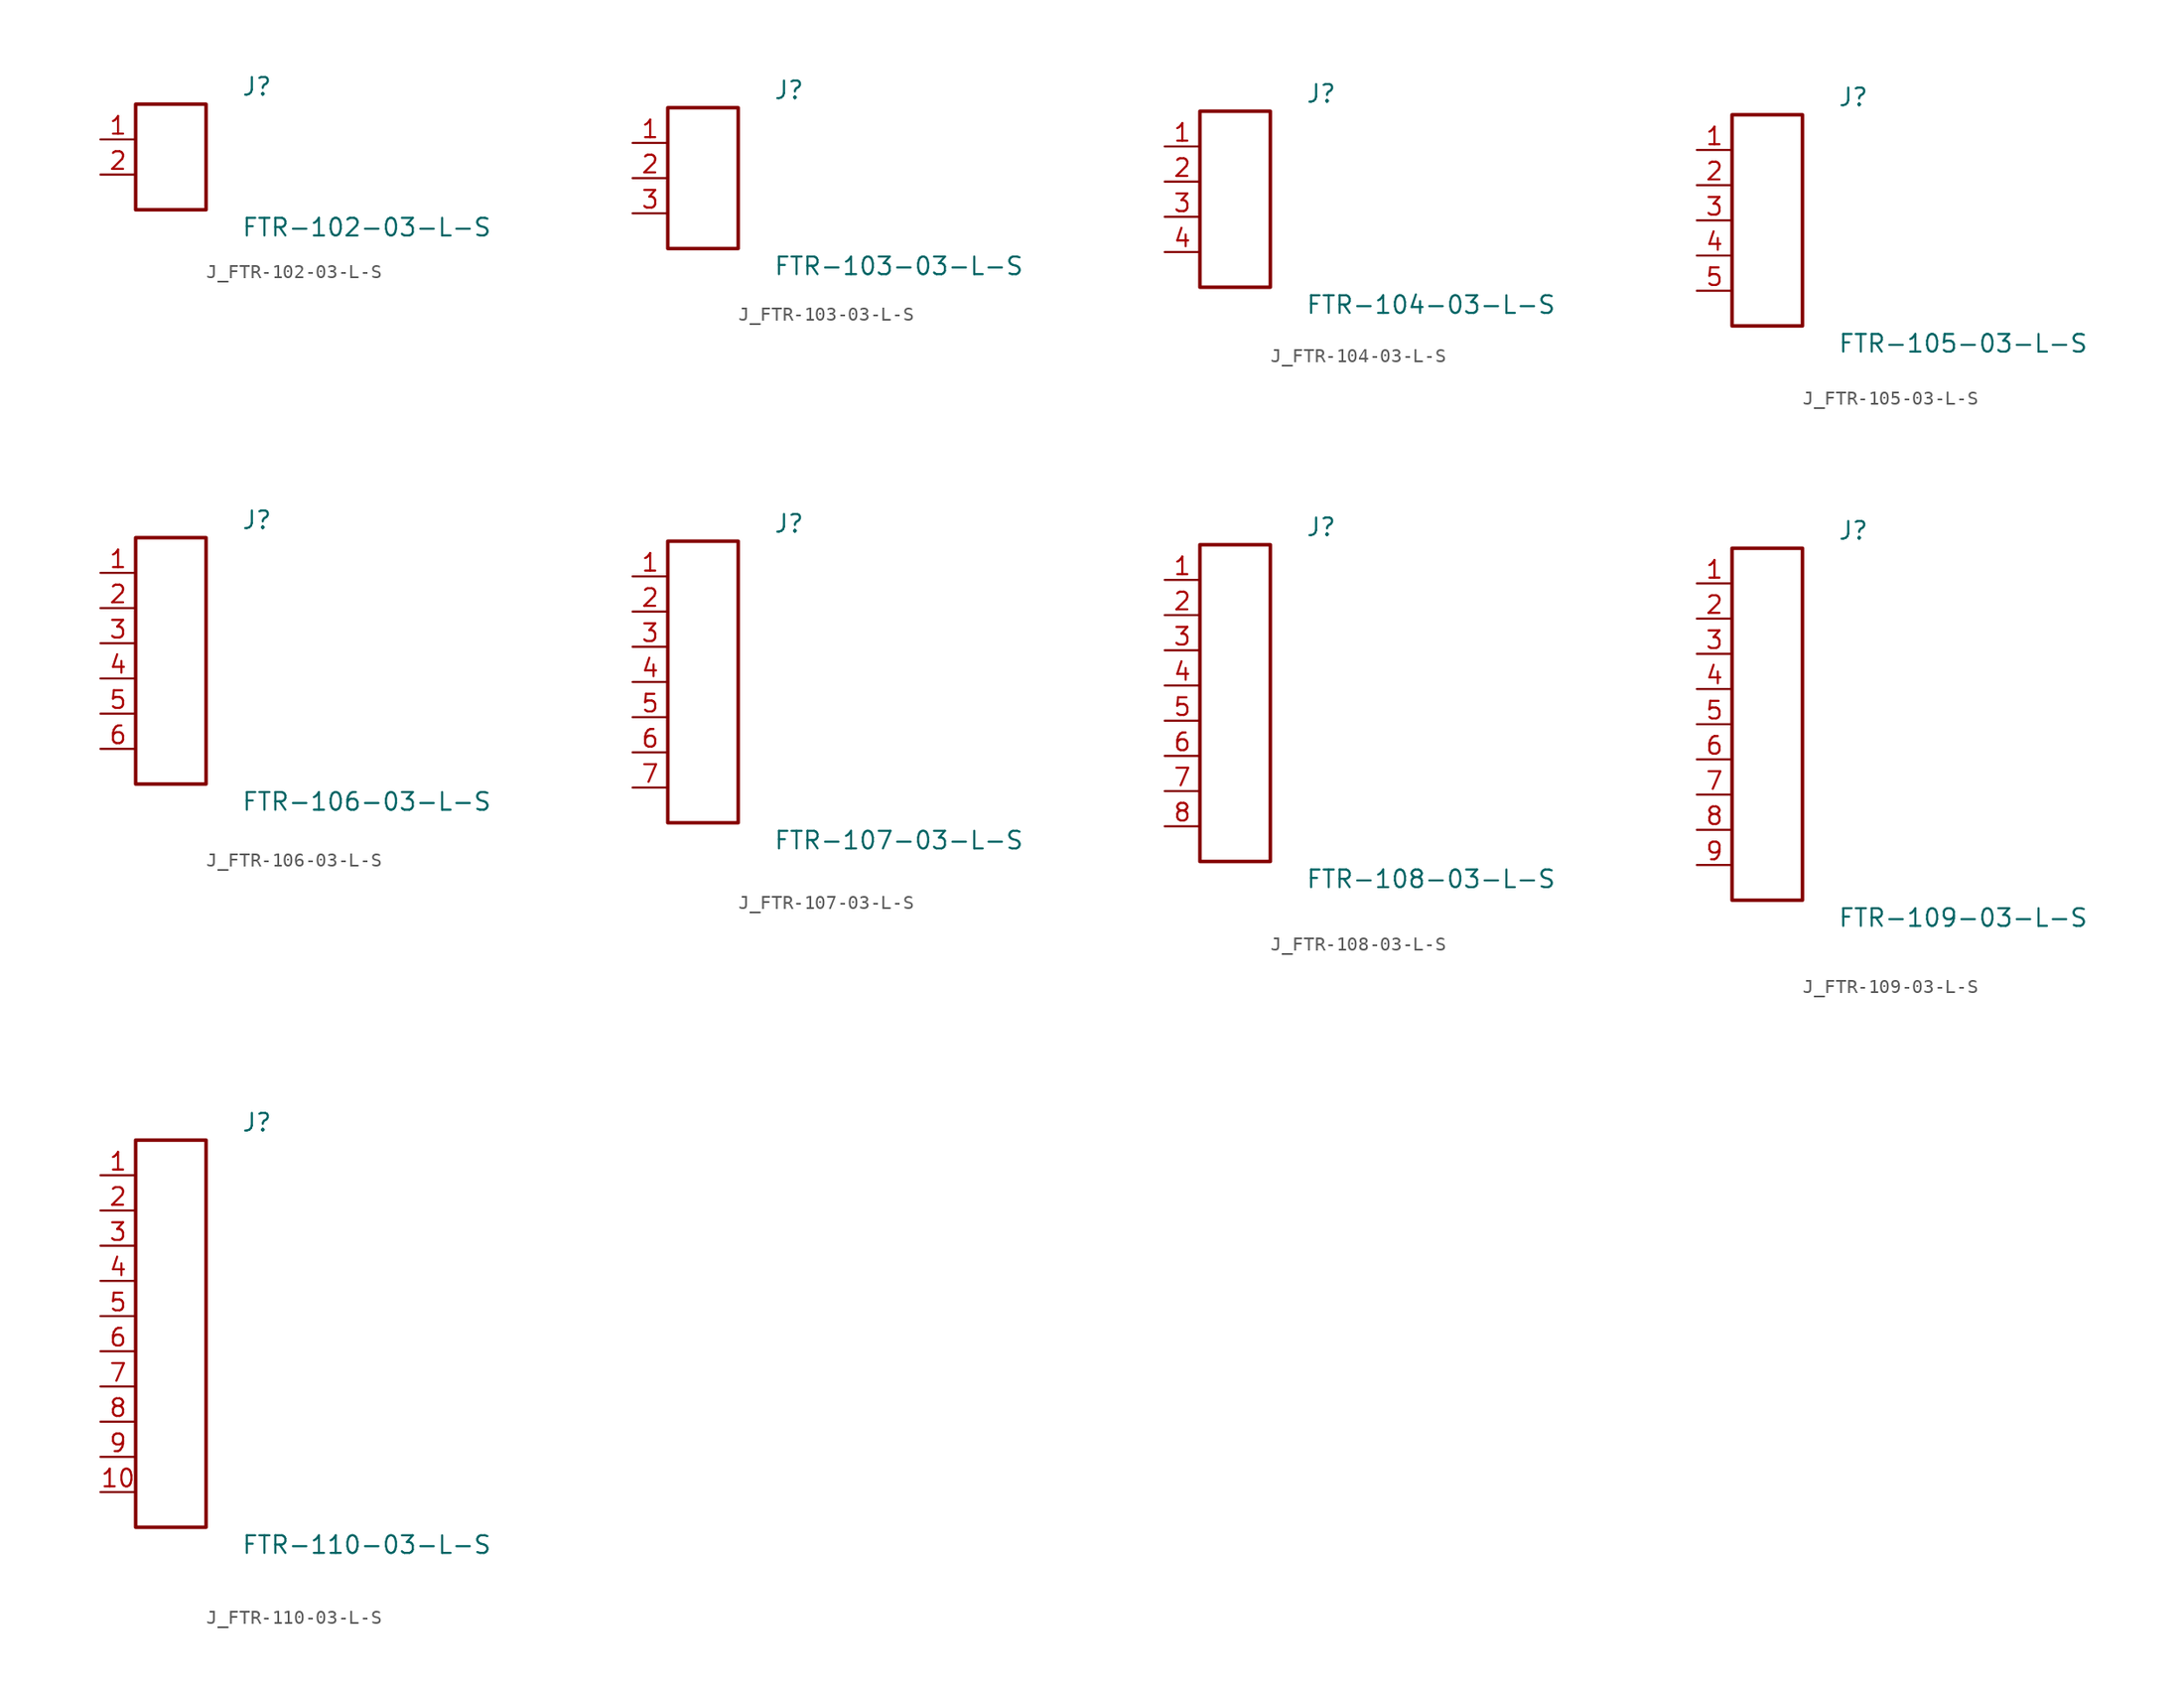
<source format=kicad_sym>
(kicad_symbol_lib
  (version 20231120)
  (generator kicad_symbol_editor)
  (generator_version 8.0)
  (symbol "J_FTR-102-03-L-S"
    (pin_names
      (offset 0.254))
    (property "Reference" "J"
      (at 5.08 5.08 0)
      (effects (font (size 1.27 1.27)) (justify left)))
    (property "Value" "FTR-102-03-L-S"
      (at 5.08 -5.08 0)
      (effects (font (size 1.27 1.27)) (justify left)))
    (symbol "J_FTR-102-03-L-S_0_0"
      (pin unspecified line (at -5.08 1.27 0) (length 2.54) (name "" (effects (font (size 1.27 1.27)))) (number "1" (effects (font (size 1.27 1.27)))))
      (pin unspecified line (at -5.08 -1.27 0) (length 2.54) (name "" (effects (font (size 1.27 1.27)))) (number "2" (effects (font (size 1.27 1.27))))))
    (symbol "J_FTR-102-03-L-S_1_0"
      (rectangle (start -2.54 3.81) (end 2.54 -3.81) (stroke (width 0.254) (type solid)) (fill (type none)))))
  (symbol "J_FTR-103-03-L-S"
    (pin_names
      (offset 0.254))
    (property "Reference" "J"
      (at 5.08 6.35 0)
      (effects (font (size 1.27 1.27)) (justify left)))
    (property "Value" "FTR-103-03-L-S"
      (at 5.08 -6.35 0)
      (effects (font (size 1.27 1.27)) (justify left)))
    (symbol "J_FTR-103-03-L-S_0_0"
      (pin unspecified line (at -5.08 2.54 0) (length 2.54) (name "" (effects (font (size 1.27 1.27)))) (number "1" (effects (font (size 1.27 1.27)))))
      (pin unspecified line (at -5.08 0.0 0) (length 2.54) (name "" (effects (font (size 1.27 1.27)))) (number "2" (effects (font (size 1.27 1.27)))))
      (pin unspecified line (at -5.08 -2.54 0) (length 2.54) (name "" (effects (font (size 1.27 1.27)))) (number "3" (effects (font (size 1.27 1.27))))))
    (symbol "J_FTR-103-03-L-S_1_0"
      (rectangle (start -2.54 5.08) (end 2.54 -5.08) (stroke (width 0.254) (type solid)) (fill (type none)))))
  (symbol "J_FTR-104-03-L-S"
    (pin_names
      (offset 0.254))
    (property "Reference" "J"
      (at 5.08 7.62 0)
      (effects (font (size 1.27 1.27)) (justify left)))
    (property "Value" "FTR-104-03-L-S"
      (at 5.08 -7.62 0)
      (effects (font (size 1.27 1.27)) (justify left)))
    (symbol "J_FTR-104-03-L-S_0_0"
      (pin unspecified line (at -5.08 3.81 0) (length 2.54) (name "" (effects (font (size 1.27 1.27)))) (number "1" (effects (font (size 1.27 1.27)))))
      (pin unspecified line (at -5.08 1.27 0) (length 2.54) (name "" (effects (font (size 1.27 1.27)))) (number "2" (effects (font (size 1.27 1.27)))))
      (pin unspecified line (at -5.08 -1.27 0) (length 2.54) (name "" (effects (font (size 1.27 1.27)))) (number "3" (effects (font (size 1.27 1.27)))))
      (pin unspecified line (at -5.08 -3.81 0) (length 2.54) (name "" (effects (font (size 1.27 1.27)))) (number "4" (effects (font (size 1.27 1.27))))))
    (symbol "J_FTR-104-03-L-S_1_0"
      (rectangle (start -2.54 6.35) (end 2.54 -6.35) (stroke (width 0.254) (type solid)) (fill (type none)))))
  (symbol "J_FTR-105-03-L-S"
    (pin_names
      (offset 0.254))
    (property "Reference" "J"
      (at 5.08 8.89 0)
      (effects (font (size 1.27 1.27)) (justify left)))
    (property "Value" "FTR-105-03-L-S"
      (at 5.08 -8.89 0)
      (effects (font (size 1.27 1.27)) (justify left)))
    (symbol "J_FTR-105-03-L-S_0_0"
      (pin unspecified line (at -5.08 5.08 0) (length 2.54) (name "" (effects (font (size 1.27 1.27)))) (number "1" (effects (font (size 1.27 1.27)))))
      (pin unspecified line (at -5.08 2.54 0) (length 2.54) (name "" (effects (font (size 1.27 1.27)))) (number "2" (effects (font (size 1.27 1.27)))))
      (pin unspecified line (at -5.08 0.0 0) (length 2.54) (name "" (effects (font (size 1.27 1.27)))) (number "3" (effects (font (size 1.27 1.27)))))
      (pin unspecified line (at -5.08 -2.54 0) (length 2.54) (name "" (effects (font (size 1.27 1.27)))) (number "4" (effects (font (size 1.27 1.27)))))
      (pin unspecified line (at -5.08 -5.08 0) (length 2.54) (name "" (effects (font (size 1.27 1.27)))) (number "5" (effects (font (size 1.27 1.27))))))
    (symbol "J_FTR-105-03-L-S_1_0"
      (rectangle (start -2.54 7.62) (end 2.54 -7.62) (stroke (width 0.254) (type solid)) (fill (type none)))))
  (symbol "J_FTR-106-03-L-S"
    (pin_names
      (offset 0.254))
    (property "Reference" "J"
      (at 5.08 10.16 0)
      (effects (font (size 1.27 1.27)) (justify left)))
    (property "Value" "FTR-106-03-L-S"
      (at 5.08 -10.16 0)
      (effects (font (size 1.27 1.27)) (justify left)))
    (symbol "J_FTR-106-03-L-S_0_0"
      (pin unspecified line (at -5.08 6.35 0) (length 2.54) (name "" (effects (font (size 1.27 1.27)))) (number "1" (effects (font (size 1.27 1.27)))))
      (pin unspecified line (at -5.08 3.81 0) (length 2.54) (name "" (effects (font (size 1.27 1.27)))) (number "2" (effects (font (size 1.27 1.27)))))
      (pin unspecified line (at -5.08 1.27 0) (length 2.54) (name "" (effects (font (size 1.27 1.27)))) (number "3" (effects (font (size 1.27 1.27)))))
      (pin unspecified line (at -5.08 -1.27 0) (length 2.54) (name "" (effects (font (size 1.27 1.27)))) (number "4" (effects (font (size 1.27 1.27)))))
      (pin unspecified line (at -5.08 -3.81 0) (length 2.54) (name "" (effects (font (size 1.27 1.27)))) (number "5" (effects (font (size 1.27 1.27)))))
      (pin unspecified line (at -5.08 -6.35 0) (length 2.54) (name "" (effects (font (size 1.27 1.27)))) (number "6" (effects (font (size 1.27 1.27))))))
    (symbol "J_FTR-106-03-L-S_1_0"
      (rectangle (start -2.54 8.89) (end 2.54 -8.89) (stroke (width 0.254) (type solid)) (fill (type none)))))
  (symbol "J_FTR-107-03-L-S"
    (pin_names
      (offset 0.254))
    (property "Reference" "J"
      (at 5.08 11.43 0)
      (effects (font (size 1.27 1.27)) (justify left)))
    (property "Value" "FTR-107-03-L-S"
      (at 5.08 -11.43 0)
      (effects (font (size 1.27 1.27)) (justify left)))
    (symbol "J_FTR-107-03-L-S_0_0"
      (pin unspecified line (at -5.08 7.62 0) (length 2.54) (name "" (effects (font (size 1.27 1.27)))) (number "1" (effects (font (size 1.27 1.27)))))
      (pin unspecified line (at -5.08 5.08 0) (length 2.54) (name "" (effects (font (size 1.27 1.27)))) (number "2" (effects (font (size 1.27 1.27)))))
      (pin unspecified line (at -5.08 2.54 0) (length 2.54) (name "" (effects (font (size 1.27 1.27)))) (number "3" (effects (font (size 1.27 1.27)))))
      (pin unspecified line (at -5.08 0.0 0) (length 2.54) (name "" (effects (font (size 1.27 1.27)))) (number "4" (effects (font (size 1.27 1.27)))))
      (pin unspecified line (at -5.08 -2.54 0) (length 2.54) (name "" (effects (font (size 1.27 1.27)))) (number "5" (effects (font (size 1.27 1.27)))))
      (pin unspecified line (at -5.08 -5.08 0) (length 2.54) (name "" (effects (font (size 1.27 1.27)))) (number "6" (effects (font (size 1.27 1.27)))))
      (pin unspecified line (at -5.08 -7.62 0) (length 2.54) (name "" (effects (font (size 1.27 1.27)))) (number "7" (effects (font (size 1.27 1.27))))))
    (symbol "J_FTR-107-03-L-S_1_0"
      (rectangle (start -2.54 10.16) (end 2.54 -10.16) (stroke (width 0.254) (type solid)) (fill (type none)))))
  (symbol "J_FTR-108-03-L-S"
    (pin_names
      (offset 0.254))
    (property "Reference" "J"
      (at 5.08 12.7 0)
      (effects (font (size 1.27 1.27)) (justify left)))
    (property "Value" "FTR-108-03-L-S"
      (at 5.08 -12.7 0)
      (effects (font (size 1.27 1.27)) (justify left)))
    (symbol "J_FTR-108-03-L-S_0_0"
      (pin unspecified line (at -5.08 8.89 0) (length 2.54) (name "" (effects (font (size 1.27 1.27)))) (number "1" (effects (font (size 1.27 1.27)))))
      (pin unspecified line (at -5.08 6.35 0) (length 2.54) (name "" (effects (font (size 1.27 1.27)))) (number "2" (effects (font (size 1.27 1.27)))))
      (pin unspecified line (at -5.08 3.81 0) (length 2.54) (name "" (effects (font (size 1.27 1.27)))) (number "3" (effects (font (size 1.27 1.27)))))
      (pin unspecified line (at -5.08 1.27 0) (length 2.54) (name "" (effects (font (size 1.27 1.27)))) (number "4" (effects (font (size 1.27 1.27)))))
      (pin unspecified line (at -5.08 -1.27 0) (length 2.54) (name "" (effects (font (size 1.27 1.27)))) (number "5" (effects (font (size 1.27 1.27)))))
      (pin unspecified line (at -5.08 -3.81 0) (length 2.54) (name "" (effects (font (size 1.27 1.27)))) (number "6" (effects (font (size 1.27 1.27)))))
      (pin unspecified line (at -5.08 -6.35 0) (length 2.54) (name "" (effects (font (size 1.27 1.27)))) (number "7" (effects (font (size 1.27 1.27)))))
      (pin unspecified line (at -5.08 -8.89 0) (length 2.54) (name "" (effects (font (size 1.27 1.27)))) (number "8" (effects (font (size 1.27 1.27))))))
    (symbol "J_FTR-108-03-L-S_1_0"
      (rectangle (start -2.54 11.43) (end 2.54 -11.43) (stroke (width 0.254) (type solid)) (fill (type none)))))
  (symbol "J_FTR-109-03-L-S"
    (pin_names
      (offset 0.254))
    (property "Reference" "J"
      (at 5.08 13.97 0)
      (effects (font (size 1.27 1.27)) (justify left)))
    (property "Value" "FTR-109-03-L-S"
      (at 5.08 -13.97 0)
      (effects (font (size 1.27 1.27)) (justify left)))
    (symbol "J_FTR-109-03-L-S_0_0"
      (pin unspecified line (at -5.08 10.16 0) (length 2.54) (name "" (effects (font (size 1.27 1.27)))) (number "1" (effects (font (size 1.27 1.27)))))
      (pin unspecified line (at -5.08 7.62 0) (length 2.54) (name "" (effects (font (size 1.27 1.27)))) (number "2" (effects (font (size 1.27 1.27)))))
      (pin unspecified line (at -5.08 5.08 0) (length 2.54) (name "" (effects (font (size 1.27 1.27)))) (number "3" (effects (font (size 1.27 1.27)))))
      (pin unspecified line (at -5.08 2.54 0) (length 2.54) (name "" (effects (font (size 1.27 1.27)))) (number "4" (effects (font (size 1.27 1.27)))))
      (pin unspecified line (at -5.08 0.0 0) (length 2.54) (name "" (effects (font (size 1.27 1.27)))) (number "5" (effects (font (size 1.27 1.27)))))
      (pin unspecified line (at -5.08 -2.54 0) (length 2.54) (name "" (effects (font (size 1.27 1.27)))) (number "6" (effects (font (size 1.27 1.27)))))
      (pin unspecified line (at -5.08 -5.08 0) (length 2.54) (name "" (effects (font (size 1.27 1.27)))) (number "7" (effects (font (size 1.27 1.27)))))
      (pin unspecified line (at -5.08 -7.62 0) (length 2.54) (name "" (effects (font (size 1.27 1.27)))) (number "8" (effects (font (size 1.27 1.27)))))
      (pin unspecified line (at -5.08 -10.16 0) (length 2.54) (name "" (effects (font (size 1.27 1.27)))) (number "9" (effects (font (size 1.27 1.27))))))
    (symbol "J_FTR-109-03-L-S_1_0"
      (rectangle (start -2.54 12.7) (end 2.54 -12.7) (stroke (width 0.254) (type solid)) (fill (type none)))))
  (symbol "J_FTR-110-03-L-S"
    (pin_names
      (offset 0.254))
    (property "Reference" "J"
      (at 5.08 15.24 0)
      (effects (font (size 1.27 1.27)) (justify left)))
    (property "Value" "FTR-110-03-L-S"
      (at 5.08 -15.24 0)
      (effects (font (size 1.27 1.27)) (justify left)))
    (symbol "J_FTR-110-03-L-S_0_0"
      (pin unspecified line (at -5.08 11.43 0) (length 2.54) (name "" (effects (font (size 1.27 1.27)))) (number "1" (effects (font (size 1.27 1.27)))))
      (pin unspecified line (at -5.08 8.89 0) (length 2.54) (name "" (effects (font (size 1.27 1.27)))) (number "2" (effects (font (size 1.27 1.27)))))
      (pin unspecified line (at -5.08 6.35 0) (length 2.54) (name "" (effects (font (size 1.27 1.27)))) (number "3" (effects (font (size 1.27 1.27)))))
      (pin unspecified line (at -5.08 3.81 0) (length 2.54) (name "" (effects (font (size 1.27 1.27)))) (number "4" (effects (font (size 1.27 1.27)))))
      (pin unspecified line (at -5.08 1.27 0) (length 2.54) (name "" (effects (font (size 1.27 1.27)))) (number "5" (effects (font (size 1.27 1.27)))))
      (pin unspecified line (at -5.08 -1.27 0) (length 2.54) (name "" (effects (font (size 1.27 1.27)))) (number "6" (effects (font (size 1.27 1.27)))))
      (pin unspecified line (at -5.08 -3.81 0) (length 2.54) (name "" (effects (font (size 1.27 1.27)))) (number "7" (effects (font (size 1.27 1.27)))))
      (pin unspecified line (at -5.08 -6.35 0) (length 2.54) (name "" (effects (font (size 1.27 1.27)))) (number "8" (effects (font (size 1.27 1.27)))))
      (pin unspecified line (at -5.08 -8.89 0) (length 2.54) (name "" (effects (font (size 1.27 1.27)))) (number "9" (effects (font (size 1.27 1.27)))))
      (pin unspecified line (at -5.08 -11.43 0) (length 2.54) (name "" (effects (font (size 1.27 1.27)))) (number "10" (effects (font (size 1.27 1.27))))))
    (symbol "J_FTR-110-03-L-S_1_0"
      (rectangle (start -2.54 13.97) (end 2.54 -13.97) (stroke (width 0.254) (type solid)) (fill (type none))))))
</source>
